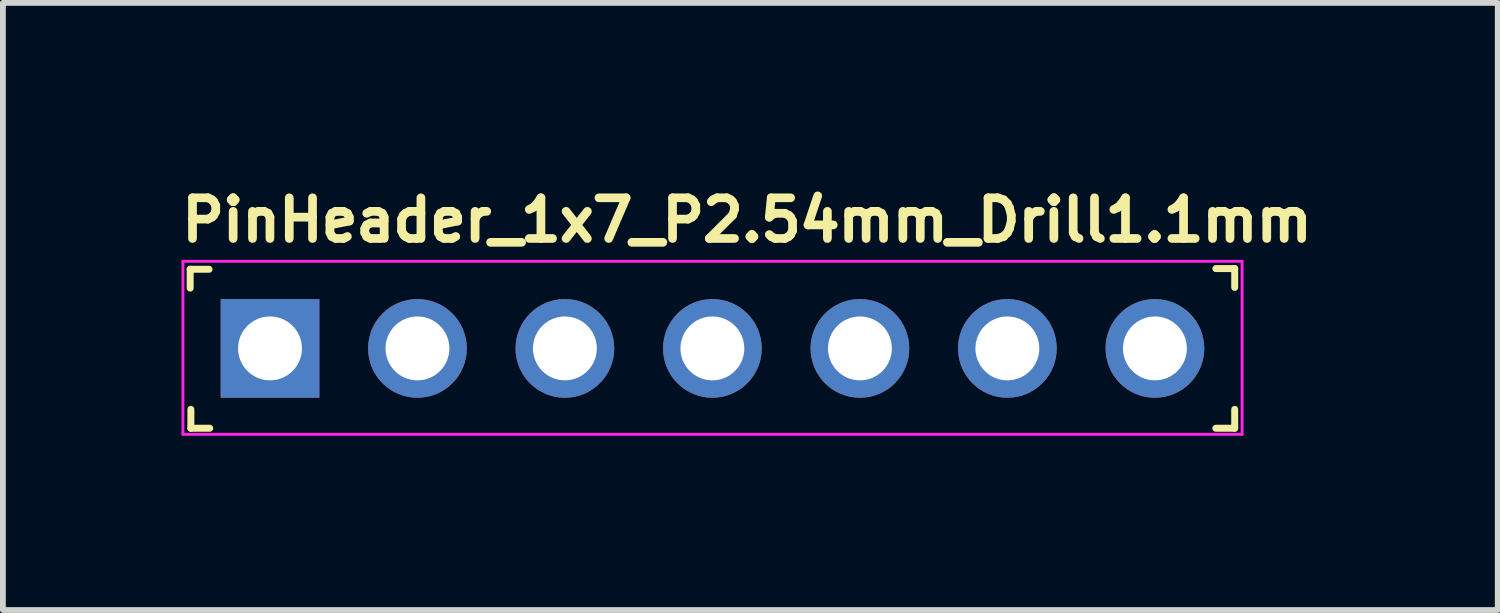
<source format=kicad_pcb>
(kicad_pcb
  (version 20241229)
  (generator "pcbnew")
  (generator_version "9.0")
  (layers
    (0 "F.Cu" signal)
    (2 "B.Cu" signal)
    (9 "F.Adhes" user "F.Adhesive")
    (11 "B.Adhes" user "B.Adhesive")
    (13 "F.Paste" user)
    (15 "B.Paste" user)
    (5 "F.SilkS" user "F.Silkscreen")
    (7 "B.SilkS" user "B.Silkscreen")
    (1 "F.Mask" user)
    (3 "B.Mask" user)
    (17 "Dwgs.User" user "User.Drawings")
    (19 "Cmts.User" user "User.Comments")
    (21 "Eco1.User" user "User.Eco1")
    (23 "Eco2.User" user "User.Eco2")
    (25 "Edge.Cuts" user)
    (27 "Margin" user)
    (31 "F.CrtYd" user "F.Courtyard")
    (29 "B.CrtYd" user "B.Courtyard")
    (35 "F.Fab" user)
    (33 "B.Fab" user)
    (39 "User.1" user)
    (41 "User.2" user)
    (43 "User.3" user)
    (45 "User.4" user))
  (footprint "PinHeader_1x7_P2.54mm_Drill1.1mm"
    (layer "F.Cu")
    (at 1.6 2.95)
    (property "Reference" "PinHeader_1x7_P2.54mm_Drill1.1mm" (at -1.6 -1.8 0) (layer "F.SilkS") (effects (font (size 0.7 0.7) (thickness 0.15)) (justify left bottom)))
    (attr through_hole)
    (fp_line (start -1.375 -1.363) (end -1.05 -1.363) (stroke (width 0.12) (type solid)) (layer "F.SilkS"))
    (fp_line (start -1.375 -1.038) (end -1.375 -1.363) (stroke (width 0.12) (type solid)) (layer "F.SilkS"))
    (fp_line (start -1.363 1.375) (end -1.363 1.05) (stroke (width 0.12) (type solid)) (layer "F.SilkS"))
    (fp_line (start -1.038 1.375) (end -1.363 1.375) (stroke (width 0.12) (type solid)) (layer "F.SilkS"))
    (fp_line (start 16.288 -1.375) (end 16.613 -1.375) (stroke (width 0.12) (type solid)) (layer "F.SilkS"))
    (fp_line (start 16.613 -1.375) (end 16.613 -1.05) (stroke (width 0.12) (type solid)) (layer "F.SilkS"))
    (fp_line (start 16.613 1.05) (end 16.613 1.375) (stroke (width 0.12) (type solid)) (layer "F.SilkS"))
    (fp_line (start 16.613 1.375) (end 16.288 1.375) (stroke (width 0.12) (type solid)) (layer "F.SilkS"))
    (fp_line (start -1.5 -1.5) (end 16.74 -1.5) (stroke (width 0.05) (type solid)) (layer "F.CrtYd"))
    (fp_line (start -1.5 1.48) (end -1.5 -1.5) (stroke (width 0.05) (type solid)) (layer "F.CrtYd"))
    (fp_line (start 16.74 -1.5) (end 16.74 1.48) (stroke (width 0.05) (type solid)) (layer "F.CrtYd"))
    (fp_line (start 16.74 1.48) (end -1.5 1.48) (stroke (width 0.05) (type solid)) (layer "F.CrtYd"))
    (fp_rect (start -1.272 -1.27) (end 16.508 1.269) (stroke (width 0.1) (type solid)) (fill no) (layer "User.5"))
    (fp_line (start -1.272 0.77) (end -1.272 -0.772) (stroke (width 0.02) (type solid)) (layer "User.9"))
    (fp_line (start -1.272 0.77) (end -1.022 1.269) (stroke (width 0.02) (type solid)) (layer "User.9"))
    (fp_line (start -1.022 -1.27) (end -1.272 -0.772) (stroke (width 0.02) (type solid)) (layer "User.9"))
    (fp_line (start -0.322 -0.32) (end -0.121 -0.12) (stroke (width 0.02) (type solid)) (layer "User.9"))
    (fp_line (start -0.322 -0.32) (end 0.318 -0.32) (stroke (width 0.02) (type solid)) (layer "User.9"))
    (fp_line (start -0.322 0.32) (end -0.322 -0.32) (stroke (width 0.02) (type solid)) (layer "User.9"))
    (fp_line (start -0.121 -0.12) (end -0.121 0.119) (stroke (width 0.02) (type solid)) (layer "User.9"))
    (fp_line (start -0.121 0.119) (end -0.322 0.32) (stroke (width 0.02) (type solid)) (layer "User.9"))
    (fp_line (start -0.121 0.119) (end 0.119 0.119) (stroke (width 0.02) (type solid)) (layer "User.9"))
    (fp_line (start 0.119 -0.12) (end -0.121 -0.12) (stroke (width 0.02) (type solid)) (layer "User.9"))
    (fp_line (start 0.119 -0.12) (end 0.318 -0.32) (stroke (width 0.02) (type solid)) (layer "User.9"))
    (fp_line (start 0.119 0.119) (end 0.119 -0.12) (stroke (width 0.02) (type solid)) (layer "User.9"))
    (fp_line (start 0.119 0.119) (end 0.318 0.32) (stroke (width 0.02) (type solid)) (layer "User.9"))
    (fp_line (start 0.318 -0.32) (end 0.318 0.32) (stroke (width 0.02) (type solid)) (layer "User.9"))
    (fp_line (start 0.318 0.32) (end -0.322 0.32) (stroke (width 0.02) (type solid)) (layer "User.9"))
    (fp_line (start 1.019 -1.27) (end -1.022 -1.27) (stroke (width 0.02) (type solid)) (layer "User.9"))
    (fp_line (start 1.019 1.269) (end -1.022 1.269) (stroke (width 0.02) (type solid)) (layer "User.9"))
    (fp_line (start 1.019 1.269) (end 1.269 0.77) (stroke (width 0.02) (type solid)) (layer "User.9"))
    (fp_line (start 1.269 -0.772) (end 1.019 -1.27) (stroke (width 0.02) (type solid)) (layer "User.9"))
    (fp_line (start 1.269 0.77) (end 1.519 1.269) (stroke (width 0.02) (type solid)) (layer "User.9"))
    (fp_line (start 1.519 -1.27) (end 1.269 -0.772) (stroke (width 0.02) (type solid)) (layer "User.9"))
    (fp_line (start 2.218 -0.32) (end 2.418 -0.12) (stroke (width 0.02) (type solid)) (layer "User.9"))
    (fp_line (start 2.218 -0.32) (end 2.858 -0.32) (stroke (width 0.02) (type solid)) (layer "User.9"))
    (fp_line (start 2.218 0.32) (end 2.218 -0.32) (stroke (width 0.02) (type solid)) (layer "User.9"))
    (fp_line (start 2.418 -0.12) (end 2.418 0.119) (stroke (width 0.02) (type solid)) (layer "User.9"))
    (fp_line (start 2.418 0.119) (end 2.218 0.32) (stroke (width 0.02) (type solid)) (layer "User.9"))
    (fp_line (start 2.418 0.119) (end 2.659 0.119) (stroke (width 0.02) (type solid)) (layer "User.9"))
    (fp_line (start 2.659 -0.12) (end 2.418 -0.12) (stroke (width 0.02) (type solid)) (layer "User.9"))
    (fp_line (start 2.659 -0.12) (end 2.858 -0.32) (stroke (width 0.02) (type solid)) (layer "User.9"))
    (fp_line (start 2.659 0.119) (end 2.659 -0.12) (stroke (width 0.02) (type solid)) (layer "User.9"))
    (fp_line (start 2.659 0.119) (end 2.858 0.32) (stroke (width 0.02) (type solid)) (layer "User.9"))
    (fp_line (start 2.858 -0.32) (end 2.858 0.32) (stroke (width 0.02) (type solid)) (layer "User.9"))
    (fp_line (start 2.858 0.32) (end 2.218 0.32) (stroke (width 0.02) (type solid)) (layer "User.9"))
    (fp_line (start 3.559 -1.27) (end 1.519 -1.27) (stroke (width 0.02) (type solid)) (layer "User.9"))
    (fp_line (start 3.559 1.269) (end 1.519 1.269) (stroke (width 0.02) (type solid)) (layer "User.9"))
    (fp_line (start 3.559 1.269) (end 3.809 0.77) (stroke (width 0.02) (type solid)) (layer "User.9"))
    (fp_line (start 3.809 -0.772) (end 3.559 -1.27) (stroke (width 0.02) (type solid)) (layer "User.9"))
    (fp_line (start 3.809 0.77) (end 4.059 1.269) (stroke (width 0.02) (type solid)) (layer "User.9"))
    (fp_line (start 4.059 -1.27) (end 3.809 -0.772) (stroke (width 0.02) (type solid)) (layer "User.9"))
    (fp_line (start 4.759 -0.32) (end 4.959 -0.12) (stroke (width 0.02) (type solid)) (layer "User.9"))
    (fp_line (start 4.759 -0.32) (end 5.398 -0.32) (stroke (width 0.02) (type solid)) (layer "User.9"))
    (fp_line (start 4.759 0.32) (end 4.759 -0.32) (stroke (width 0.02) (type solid)) (layer "User.9"))
    (fp_line (start 4.959 -0.12) (end 4.959 0.119) (stroke (width 0.02) (type solid)) (layer "User.9"))
    (fp_line (start 4.959 0.119) (end 4.759 0.32) (stroke (width 0.02) (type solid)) (layer "User.9"))
    (fp_line (start 4.959 0.119) (end 5.198 0.119) (stroke (width 0.02) (type solid)) (layer "User.9"))
    (fp_line (start 5.198 -0.12) (end 4.959 -0.12) (stroke (width 0.02) (type solid)) (layer "User.9"))
    (fp_line (start 5.198 -0.12) (end 5.398 -0.32) (stroke (width 0.02) (type solid)) (layer "User.9"))
    (fp_line (start 5.198 0.119) (end 5.198 -0.12) (stroke (width 0.02) (type solid)) (layer "User.9"))
    (fp_line (start 5.198 0.119) (end 5.398 0.32) (stroke (width 0.02) (type solid)) (layer "User.9"))
    (fp_line (start 5.398 -0.32) (end 5.398 0.32) (stroke (width 0.02) (type solid)) (layer "User.9"))
    (fp_line (start 5.398 0.32) (end 4.759 0.32) (stroke (width 0.02) (type solid)) (layer "User.9"))
    (fp_line (start 6.099 -1.27) (end 4.059 -1.27) (stroke (width 0.02) (type solid)) (layer "User.9"))
    (fp_line (start 6.099 1.269) (end 4.059 1.269) (stroke (width 0.02) (type solid)) (layer "User.9"))
    (fp_line (start 6.099 1.269) (end 6.349 0.77) (stroke (width 0.02) (type solid)) (layer "User.9"))
    (fp_line (start 6.349 -0.772) (end 6.099 -1.27) (stroke (width 0.02) (type solid)) (layer "User.9"))
    (fp_line (start 6.349 0.77) (end 6.599 1.269) (stroke (width 0.02) (type solid)) (layer "User.9"))
    (fp_line (start 6.599 -1.27) (end 6.349 -0.772) (stroke (width 0.02) (type solid)) (layer "User.9"))
    (fp_line (start 7.299 -0.32) (end 7.499 -0.12) (stroke (width 0.02) (type solid)) (layer "User.9"))
    (fp_line (start 7.299 -0.32) (end 7.938 -0.32) (stroke (width 0.02) (type solid)) (layer "User.9"))
    (fp_line (start 7.299 0.32) (end 7.299 -0.32) (stroke (width 0.02) (type solid)) (layer "User.9"))
    (fp_line (start 7.499 -0.12) (end 7.499 0.119) (stroke (width 0.02) (type solid)) (layer "User.9"))
    (fp_line (start 7.499 0.119) (end 7.299 0.32) (stroke (width 0.02) (type solid)) (layer "User.9"))
    (fp_line (start 7.499 0.119) (end 7.738 0.119) (stroke (width 0.02) (type solid)) (layer "User.9"))
    (fp_line (start 7.738 -0.12) (end 7.499 -0.12) (stroke (width 0.02) (type solid)) (layer "User.9"))
    (fp_line (start 7.738 -0.12) (end 7.938 -0.32) (stroke (width 0.02) (type solid)) (layer "User.9"))
    (fp_line (start 7.738 0.119) (end 7.738 -0.12) (stroke (width 0.02) (type solid)) (layer "User.9"))
    (fp_line (start 7.738 0.119) (end 7.938 0.32) (stroke (width 0.02) (type solid)) (layer "User.9"))
    (fp_line (start 7.938 -0.32) (end 7.938 0.32) (stroke (width 0.02) (type solid)) (layer "User.9"))
    (fp_line (start 7.938 0.32) (end 7.299 0.32) (stroke (width 0.02) (type solid)) (layer "User.9"))
    (fp_line (start 8.64 -1.27) (end 6.599 -1.27) (stroke (width 0.02) (type solid)) (layer "User.9"))
    (fp_line (start 8.64 1.269) (end 6.599 1.269) (stroke (width 0.02) (type solid)) (layer "User.9"))
    (fp_line (start 8.64 1.269) (end 8.89 0.77) (stroke (width 0.02) (type solid)) (layer "User.9"))
    (fp_line (start 8.89 -0.772) (end 8.64 -1.27) (stroke (width 0.02) (type solid)) (layer "User.9"))
    (fp_line (start 8.89 0.77) (end 9.14 1.269) (stroke (width 0.02) (type solid)) (layer "User.9"))
    (fp_line (start 9.14 -1.27) (end 8.89 -0.772) (stroke (width 0.02) (type solid)) (layer "User.9"))
    (fp_line (start 9.839 -0.32) (end 10.038 -0.12) (stroke (width 0.02) (type solid)) (layer "User.9"))
    (fp_line (start 9.839 -0.32) (end 10.48 -0.32) (stroke (width 0.02) (type solid)) (layer "User.9"))
    (fp_line (start 9.839 0.32) (end 9.839 -0.32) (stroke (width 0.02) (type solid)) (layer "User.9"))
    (fp_line (start 10.038 -0.12) (end 10.038 0.119) (stroke (width 0.02) (type solid)) (layer "User.9"))
    (fp_line (start 10.038 0.119) (end 9.839 0.32) (stroke (width 0.02) (type solid)) (layer "User.9"))
    (fp_line (start 10.038 0.119) (end 10.278 0.119) (stroke (width 0.02) (type solid)) (layer "User.9"))
    (fp_line (start 10.278 -0.12) (end 10.038 -0.12) (stroke (width 0.02) (type solid)) (layer "User.9"))
    (fp_line (start 10.278 -0.12) (end 10.48 -0.32) (stroke (width 0.02) (type solid)) (layer "User.9"))
    (fp_line (start 10.278 0.119) (end 10.278 -0.12) (stroke (width 0.02) (type solid)) (layer "User.9"))
    (fp_line (start 10.278 0.119) (end 10.48 0.32) (stroke (width 0.02) (type solid)) (layer "User.9"))
    (fp_line (start 10.48 -0.32) (end 10.48 0.32) (stroke (width 0.02) (type solid)) (layer "User.9"))
    (fp_line (start 10.48 0.32) (end 9.839 0.32) (stroke (width 0.02) (type solid)) (layer "User.9"))
    (fp_line (start 11.179 -1.27) (end 9.14 -1.27) (stroke (width 0.02) (type solid)) (layer "User.9"))
    (fp_line (start 11.179 1.269) (end 9.14 1.269) (stroke (width 0.02) (type solid)) (layer "User.9"))
    (fp_line (start 11.179 1.269) (end 11.429 0.77) (stroke (width 0.02) (type solid)) (layer "User.9"))
    (fp_line (start 11.429 -0.772) (end 11.179 -1.27) (stroke (width 0.02) (type solid)) (layer "User.9"))
    (fp_line (start 11.429 0.77) (end 11.679 1.269) (stroke (width 0.02) (type solid)) (layer "User.9"))
    (fp_line (start 11.679 -1.27) (end 11.429 -0.772) (stroke (width 0.02) (type solid)) (layer "User.9"))
    (fp_line (start 12.378 -0.32) (end 12.579 -0.12) (stroke (width 0.02) (type solid)) (layer "User.9"))
    (fp_line (start 12.378 -0.32) (end 13.018 -0.32) (stroke (width 0.02) (type solid)) (layer "User.9"))
    (fp_line (start 12.378 0.32) (end 12.378 -0.32) (stroke (width 0.02) (type solid)) (layer "User.9"))
    (fp_line (start 12.579 -0.12) (end 12.579 0.119) (stroke (width 0.02) (type solid)) (layer "User.9"))
    (fp_line (start 12.579 0.119) (end 12.378 0.32) (stroke (width 0.02) (type solid)) (layer "User.9"))
    (fp_line (start 12.579 0.119) (end 12.82 0.119) (stroke (width 0.02) (type solid)) (layer "User.9"))
    (fp_line (start 12.82 -0.12) (end 12.579 -0.12) (stroke (width 0.02) (type solid)) (layer "User.9"))
    (fp_line (start 12.82 -0.12) (end 13.018 -0.32) (stroke (width 0.02) (type solid)) (layer "User.9"))
    (fp_line (start 12.82 0.119) (end 12.82 -0.12) (stroke (width 0.02) (type solid)) (layer "User.9"))
    (fp_line (start 12.82 0.119) (end 13.018 0.32) (stroke (width 0.02) (type solid)) (layer "User.9"))
    (fp_line (start 13.018 -0.32) (end 13.018 0.32) (stroke (width 0.02) (type solid)) (layer "User.9"))
    (fp_line (start 13.018 0.32) (end 12.378 0.32) (stroke (width 0.02) (type solid)) (layer "User.9"))
    (fp_line (start 13.718 -1.27) (end 11.679 -1.27) (stroke (width 0.02) (type solid)) (layer "User.9"))
    (fp_line (start 13.718 1.269) (end 11.679 1.269) (stroke (width 0.02) (type solid)) (layer "User.9"))
    (fp_line (start 13.718 1.269) (end 13.968 0.77) (stroke (width 0.02) (type solid)) (layer "User.9"))
    (fp_line (start 13.968 -0.772) (end 13.718 -1.27) (stroke (width 0.02) (type solid)) (layer "User.9"))
    (fp_line (start 13.968 0.77) (end 14.218 1.269) (stroke (width 0.02) (type solid)) (layer "User.9"))
    (fp_line (start 14.218 -1.27) (end 13.968 -0.772) (stroke (width 0.02) (type solid)) (layer "User.9"))
    (fp_line (start 14.919 -0.32) (end 15.118 -0.12) (stroke (width 0.02) (type solid)) (layer "User.9"))
    (fp_line (start 14.919 -0.32) (end 15.56 -0.32) (stroke (width 0.02) (type solid)) (layer "User.9"))
    (fp_line (start 14.919 0.32) (end 14.919 -0.32) (stroke (width 0.02) (type solid)) (layer "User.9"))
    (fp_line (start 15.118 -0.12) (end 15.118 0.119) (stroke (width 0.02) (type solid)) (layer "User.9"))
    (fp_line (start 15.118 0.119) (end 14.919 0.32) (stroke (width 0.02) (type solid)) (layer "User.9"))
    (fp_line (start 15.118 0.119) (end 15.358 0.119) (stroke (width 0.02) (type solid)) (layer "User.9"))
    (fp_line (start 15.358 -0.12) (end 15.118 -0.12) (stroke (width 0.02) (type solid)) (layer "User.9"))
    (fp_line (start 15.358 -0.12) (end 15.56 -0.32) (stroke (width 0.02) (type solid)) (layer "User.9"))
    (fp_line (start 15.358 0.119) (end 15.358 -0.12) (stroke (width 0.02) (type solid)) (layer "User.9"))
    (fp_line (start 15.358 0.119) (end 15.56 0.32) (stroke (width 0.02) (type solid)) (layer "User.9"))
    (fp_line (start 15.56 -0.32) (end 15.56 0.32) (stroke (width 0.02) (type solid)) (layer "User.9"))
    (fp_line (start 15.56 0.32) (end 14.919 0.32) (stroke (width 0.02) (type solid)) (layer "User.9"))
    (fp_line (start 16.259 -1.27) (end 14.218 -1.27) (stroke (width 0.02) (type solid)) (layer "User.9"))
    (fp_line (start 16.259 1.269) (end 14.218 1.269) (stroke (width 0.02) (type solid)) (layer "User.9"))
    (fp_line (start 16.259 1.269) (end 16.508 0.77) (stroke (width 0.02) (type solid)) (layer "User.9"))
    (fp_line (start 16.508 -0.772) (end 16.259 -1.27) (stroke (width 0.02) (type solid)) (layer "User.9"))
    (fp_line (start 16.508 0.77) (end 16.508 -0.772) (stroke (width 0.02) (type solid)) (layer "User.9"))
    (pad "1" thru_hole rect (at 0 0) (size 1.7 1.7) (drill 1.1) (layers "*.Cu" "*.Mask"))
    (pad "2" thru_hole circle (at 2.539 0) (size 1.7 1.7) (drill 1.1) (layers "*.Cu" "*.Mask"))
    (pad "3" thru_hole circle (at 5.078 0) (size 1.7 1.7) (drill 1.1) (layers "*.Cu" "*.Mask"))
    (pad "4" thru_hole circle (at 7.618 0) (size 1.7 1.7) (drill 1.1) (layers "*.Cu" "*.Mask"))
    (pad "5" thru_hole circle (at 10.159 0) (size 1.7 1.7) (drill 1.1) (layers "*.Cu" "*.Mask"))
    (pad "6" thru_hole circle (at 12.698 0) (size 1.7 1.7) (drill 1.1) (layers "*.Cu" "*.Mask"))
    (pad "7" thru_hole circle (at 15.239 0) (size 1.7 1.7) (drill 1.1) (layers "*.Cu" "*.Mask")))
  (gr_rect
    (start -3 -3)
    (end 22.743 7.455)
    (stroke (width 0.1) (type default))
    (fill no)
    (layer "Edge.Cuts")))
</source>
